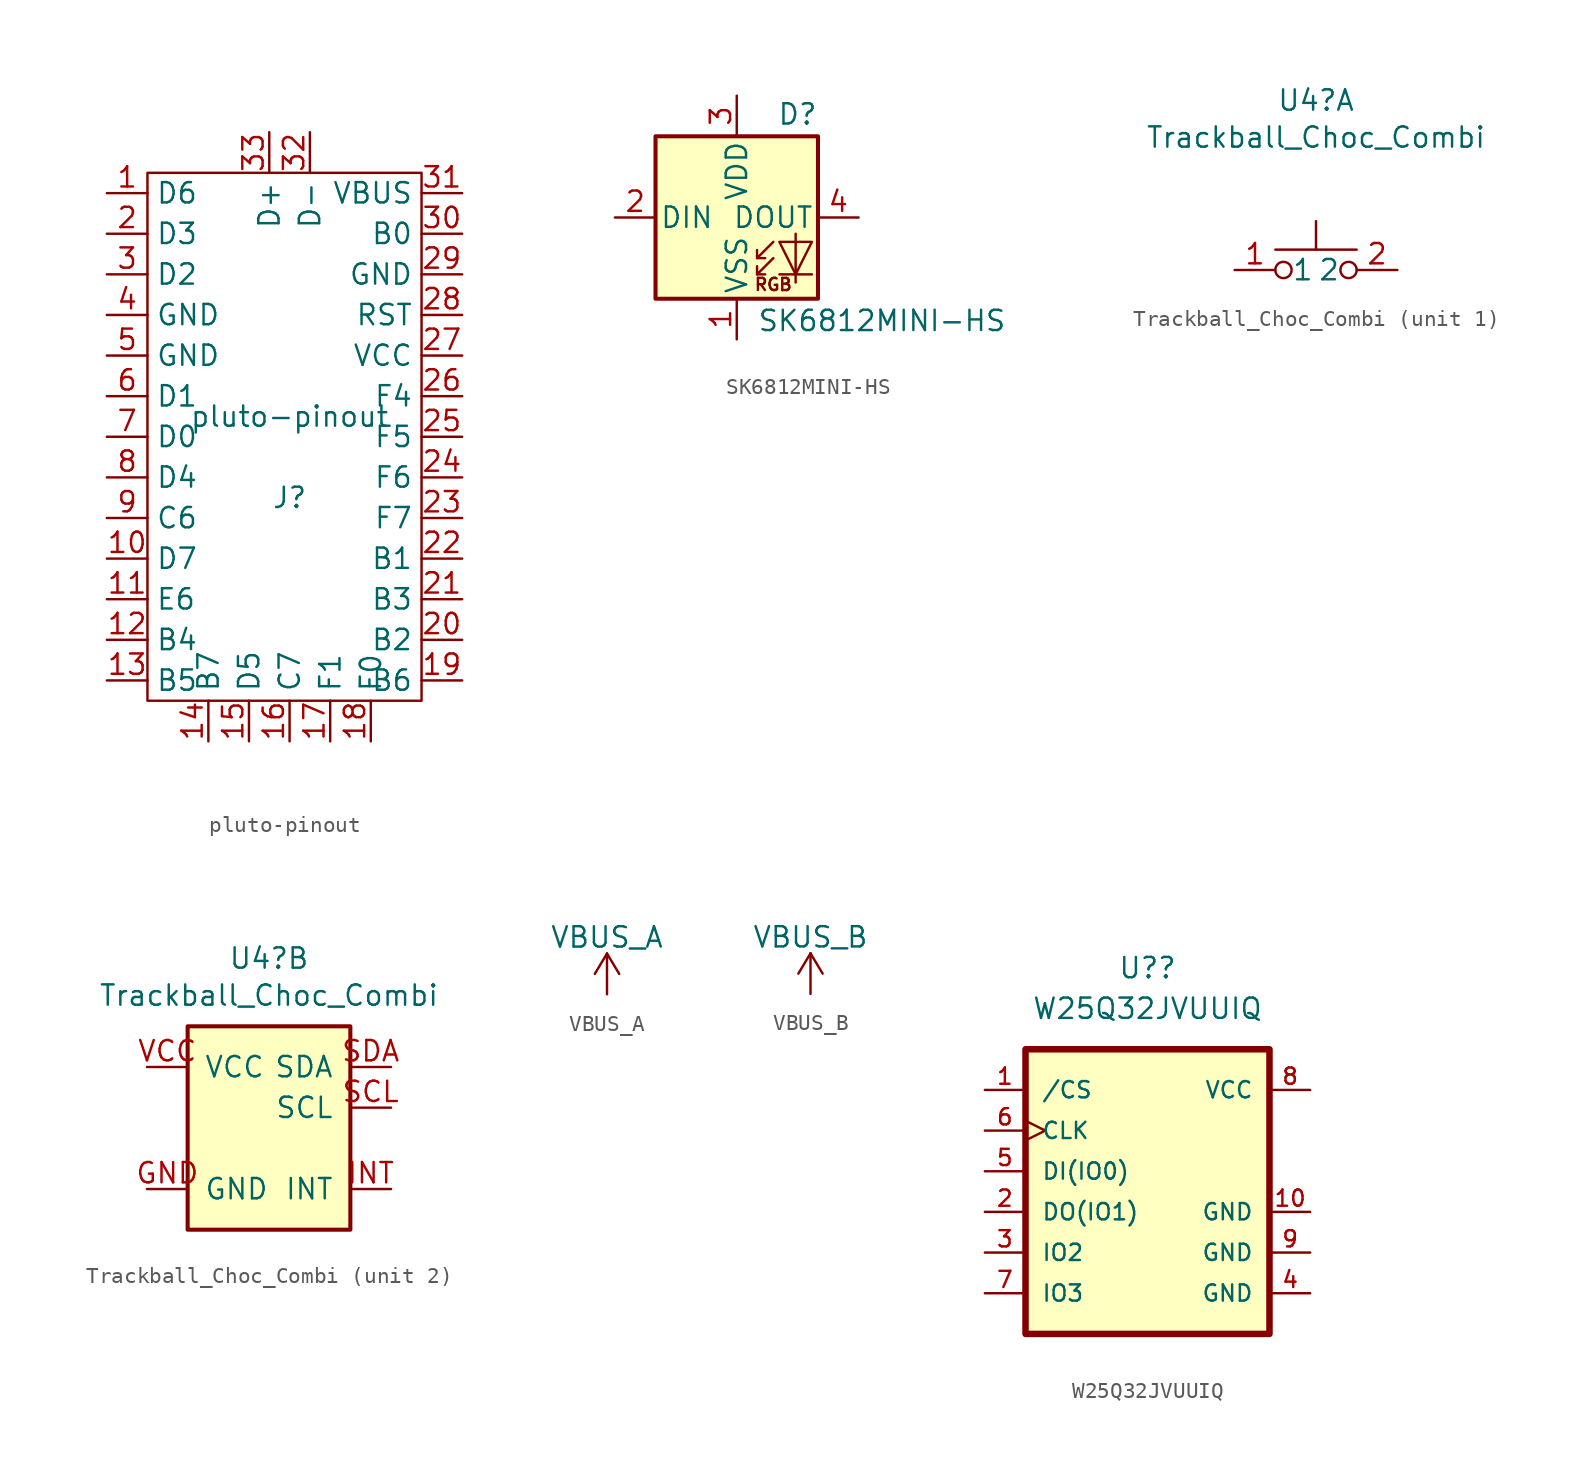
<source format=kicad_sym>
(kicad_symbol_lib
  (version 20211014)
  (generator kicad_symbol_editor)
  (symbol "pluto-pinout"
    (property "Reference" "J"
      (at 0 -5.08 0)
      (effects (font (size 1.27 1.27))))
    (property "Value" "pluto-pinout"
      (at 0 0 0)
      (effects (font (size 1.27 1.27))))
    (symbol "pluto-pinout_0_1"
      (rectangle (start -8.89 15.24) (end 8.255 -17.78) (stroke (width 0.152) (type default) (color 0 0 0 0)) (fill (type none))))
    (symbol "pluto-pinout_1_1"
      (pin bidirectional line (at -11.43 13.97 0) (length 2.54) (name "D6" (effects (font (size 1.27 1.27)))) (number "1" (effects (font (size 1.27 1.27)))))
      (pin bidirectional line (at -11.43 -8.89 0) (length 2.54) (name "D7" (effects (font (size 1.27 1.27)))) (number "10" (effects (font (size 1.27 1.27)))))
      (pin bidirectional line (at -11.43 -11.43 0) (length 2.54) (name "E6" (effects (font (size 1.27 1.27)))) (number "11" (effects (font (size 1.27 1.27)))))
      (pin bidirectional line (at -11.43 -13.97 0) (length 2.54) (name "B4" (effects (font (size 1.27 1.27)))) (number "12" (effects (font (size 1.27 1.27)))))
      (pin bidirectional line (at -11.43 -16.51 0) (length 2.54) (name "B5" (effects (font (size 1.27 1.27)))) (number "13" (effects (font (size 1.27 1.27)))))
      (pin bidirectional line (at -5.08 -20.32 90) (length 2.54) (name "B7" (effects (font (size 1.27 1.27)))) (number "14" (effects (font (size 1.27 1.27)))))
      (pin bidirectional line (at -2.54 -20.32 90) (length 2.54) (name "D5" (effects (font (size 1.27 1.27)))) (number "15" (effects (font (size 1.27 1.27)))))
      (pin bidirectional line (at 0 -20.32 90) (length 2.54) (name "C7" (effects (font (size 1.27 1.27)))) (number "16" (effects (font (size 1.27 1.27)))))
      (pin bidirectional line (at 2.54 -20.32 90) (length 2.54) (name "F1" (effects (font (size 1.27 1.27)))) (number "17" (effects (font (size 1.27 1.27)))))
      (pin bidirectional line (at 5.08 -20.32 90) (length 2.54) (name "F0" (effects (font (size 1.27 1.27)))) (number "18" (effects (font (size 1.27 1.27)))))
      (pin bidirectional line (at 10.795 -16.51 180) (length 2.54) (name "B6" (effects (font (size 1.27 1.27)))) (number "19" (effects (font (size 1.27 1.27)))))
      (pin bidirectional line (at -11.43 11.43 0) (length 2.54) (name "D3" (effects (font (size 1.27 1.27)))) (number "2" (effects (font (size 1.27 1.27)))))
      (pin bidirectional line (at 10.795 -13.97 180) (length 2.54) (name "B2" (effects (font (size 1.27 1.27)))) (number "20" (effects (font (size 1.27 1.27)))))
      (pin bidirectional line (at 10.795 -11.43 180) (length 2.54) (name "B3" (effects (font (size 1.27 1.27)))) (number "21" (effects (font (size 1.27 1.27)))))
      (pin bidirectional line (at 10.795 -8.89 180) (length 2.54) (name "B1" (effects (font (size 1.27 1.27)))) (number "22" (effects (font (size 1.27 1.27)))))
      (pin bidirectional line (at 10.795 -6.35 180) (length 2.54) (name "F7" (effects (font (size 1.27 1.27)))) (number "23" (effects (font (size 1.27 1.27)))))
      (pin bidirectional line (at 10.795 -3.81 180) (length 2.54) (name "F6" (effects (font (size 1.27 1.27)))) (number "24" (effects (font (size 1.27 1.27)))))
      (pin bidirectional line (at 10.795 -1.27 180) (length 2.54) (name "F5" (effects (font (size 1.27 1.27)))) (number "25" (effects (font (size 1.27 1.27)))))
      (pin bidirectional line (at 10.795 1.27 180) (length 2.54) (name "F4" (effects (font (size 1.27 1.27)))) (number "26" (effects (font (size 1.27 1.27)))))
      (pin power_in line (at 10.795 3.81 180) (length 2.54) (name "VCC" (effects (font (size 1.27 1.27)))) (number "27" (effects (font (size 1.27 1.27)))))
      (pin bidirectional line (at 10.795 6.35 180) (length 2.54) (name "RST" (effects (font (size 1.27 1.27)))) (number "28" (effects (font (size 1.27 1.27)))))
      (pin power_in line (at 10.795 8.89 180) (length 2.54) (name "GND" (effects (font (size 1.27 1.27)))) (number "29" (effects (font (size 1.27 1.27)))))
      (pin bidirectional line (at -11.43 8.89 0) (length 2.54) (name "D2" (effects (font (size 1.27 1.27)))) (number "3" (effects (font (size 1.27 1.27)))))
      (pin bidirectional line (at 10.795 11.43 180) (length 2.54) (name "B0" (effects (font (size 1.27 1.27)))) (number "30" (effects (font (size 1.27 1.27)))))
      (pin power_in line (at 10.795 13.97 180) (length 2.54) (name "VBUS" (effects (font (size 1.27 1.27)))) (number "31" (effects (font (size 1.27 1.27)))))
      (pin bidirectional line (at 1.27 17.78 270) (length 2.54) (name "D-" (effects (font (size 1.27 1.27)))) (number "32" (effects (font (size 1.27 1.27)))))
      (pin bidirectional line (at -1.27 17.78 270) (length 2.54) (name "D+" (effects (font (size 1.27 1.27)))) (number "33" (effects (font (size 1.27 1.27)))))
      (pin power_in line (at -11.43 6.35 0) (length 2.54) (name "GND" (effects (font (size 1.27 1.27)))) (number "4" (effects (font (size 1.27 1.27)))))
      (pin power_in line (at -11.43 3.81 0) (length 2.54) (name "GND" (effects (font (size 1.27 1.27)))) (number "5" (effects (font (size 1.27 1.27)))))
      (pin bidirectional line (at -11.43 1.27 0) (length 2.54) (name "D1" (effects (font (size 1.27 1.27)))) (number "6" (effects (font (size 1.27 1.27)))))
      (pin bidirectional line (at -11.43 -1.27 0) (length 2.54) (name "D0" (effects (font (size 1.27 1.27)))) (number "7" (effects (font (size 1.27 1.27)))))
      (pin bidirectional line (at -11.43 -3.81 0) (length 2.54) (name "D4" (effects (font (size 1.27 1.27)))) (number "8" (effects (font (size 1.27 1.27)))))
      (pin bidirectional line (at -11.43 -6.35 0) (length 2.54) (name "C6" (effects (font (size 1.27 1.27)))) (number "9" (effects (font (size 1.27 1.27)))))))
  (symbol "SK6812MINI-HS"
    (pin_names
      (offset 0.254))
    (property "Reference" "D"
      (at 5.08 5.715 0)
      (effects (font (size 1.27 1.27)) (justify right bottom)))
    (property "Value" "SK6812MINI-HS"
      (at 1.27 -5.715 0)
      (effects (font (size 1.27 1.27)) (justify left top)))
    (symbol "SK6812MINI-HS_0_0"
      (text "RGB" (at 2.286 -4.191 0) (effects (font (size 0.762 0.762)))))
    (symbol "SK6812MINI-HS_0_1"
      (polyline (pts (xy 1.27 -3.556) (xy 1.778 -3.556)) (stroke (width 0) (type default) (color 0 0 0 0)) (fill (type none)))
      (polyline (pts (xy 1.27 -2.54) (xy 1.778 -2.54)) (stroke (width 0) (type default) (color 0 0 0 0)) (fill (type none)))
      (polyline (pts (xy 4.699 -3.556) (xy 2.667 -3.556)) (stroke (width 0) (type default) (color 0 0 0 0)) (fill (type none)))
      (polyline (pts (xy 2.286 -2.54) (xy 1.27 -3.556) (xy 1.27 -3.048)) (stroke (width 0) (type default) (color 0 0 0 0)) (fill (type none)))
      (polyline (pts (xy 2.286 -1.524) (xy 1.27 -2.54) (xy 1.27 -2.032)) (stroke (width 0) (type default) (color 0 0 0 0)) (fill (type none)))
      (polyline (pts (xy 3.683 -1.016) (xy 3.683 -3.556) (xy 3.683 -4.064)) (stroke (width 0) (type default) (color 0 0 0 0)) (fill (type none)))
      (polyline (pts (xy 4.699 -1.524) (xy 2.667 -1.524) (xy 3.683 -3.556) (xy 4.699 -1.524)) (stroke (width 0) (type default) (color 0 0 0 0)) (fill (type none)))
      (rectangle (start 5.08 5.08) (end -5.08 -5.08) (stroke (width 0.254) (type default) (color 0 0 0 0)) (fill (type background))))
    (symbol "SK6812MINI-HS_1_1"
      (pin power_in line (at 0 -7.62 90) (length 2.54) (name "VSS" (effects (font (size 1.27 1.27)))) (number "1" (effects (font (size 1.27 1.27)))))
      (pin input line (at -7.62 0 0) (length 2.54) (name "DIN" (effects (font (size 1.27 1.27)))) (number "2" (effects (font (size 1.27 1.27)))))
      (pin power_in line (at 0 7.62 270) (length 2.54) (name "VDD" (effects (font (size 1.27 1.27)))) (number "3" (effects (font (size 1.27 1.27)))))
      (pin output line (at 7.62 0 180) (length 2.54) (name "DOUT" (effects (font (size 1.27 1.27)))) (number "4" (effects (font (size 1.27 1.27)))))))
  (symbol "Trackball_Choc_Combi"
    (pin_names
      (offset 1.016))
    (property "Reference" "U4"
      (at 0 10.592 0)
      (effects (font (size 1.27 1.27))))
    (property "Value" "Trackball_Choc_Combi"
      (at 0 8.28 0)
      (effects (font (size 1.27 1.27))))
    (property "ki_locked" ""
      (at 0 0 0)
      (effects (font (size 1.27 1.27))))
    (symbol "Trackball_Choc_Combi_1_1"
      (circle (center -2.032 0) (radius 0.508) (stroke (width 0) (type default) (color 0 0 0 0)) (fill (type none)))
      (polyline (pts (xy 0 1.27) (xy 0 3.048)) (stroke (width 0) (type default) (color 0 0 0 0)) (fill (type none)))
      (polyline (pts (xy 2.54 1.27) (xy -2.54 1.27)) (stroke (width 0) (type default) (color 0 0 0 0)) (fill (type none)))
      (circle (center 2.032 0) (radius 0.508) (stroke (width 0) (type default) (color 0 0 0 0)) (fill (type none)))
      (pin passive line (at -5.08 0 0) (length 2.54) (name "1" (effects (font (size 1.27 1.27)))) (number "1" (effects (font (size 1.27 1.27)))))
      (pin passive line (at 5.08 0 180) (length 2.54) (name "2" (effects (font (size 1.27 1.27)))) (number "2" (effects (font (size 1.27 1.27))))))
    (symbol "Trackball_Choc_Combi_2_1"
      (rectangle (start -5.08 6.35) (end 5.08 -6.35) (stroke (width 0.254) (type default) (color 0 0 0 0)) (fill (type background)))
      (pin power_in line (at -7.62 -3.81 0) (length 2.54) (name "GND" (effects (font (size 1.27 1.27)))) (number "GND" (effects (font (size 1.27 1.27)))))
      (pin output line (at 7.62 -3.81 180) (length 2.54) (name "INT" (effects (font (size 1.27 1.27)))) (number "INT" (effects (font (size 1.27 1.27)))))
      (pin bidirectional line (at 7.62 1.27 180) (length 2.54) (name "SCL" (effects (font (size 1.27 1.27)))) (number "SCL" (effects (font (size 1.27 1.27)))))
      (pin bidirectional line (at 7.62 3.81 180) (length 2.54) (name "SDA" (effects (font (size 1.27 1.27)))) (number "SDA" (effects (font (size 1.27 1.27)))))
      (pin power_in line (at -7.62 3.81 0) (length 2.54) (name "VCC" (effects (font (size 1.27 1.27)))) (number "VCC" (effects (font (size 1.27 1.27)))))))
  (symbol "VBUS_A"
    (power)
    (pin_names
      (offset 0))
    (property "Reference" "#PWR"
      (at 0 -3.81 0)
      (effects (font (size 1.27 1.27)) hide))
    (property "Value" "VBUS_A"
      (at 0 3.556 0)
      (effects (font (size 1.27 1.27))))
    (symbol "VBUS_A_0_1"
      (polyline (pts (xy -0.762 1.27) (xy 0 2.54)) (stroke (width 0) (type default) (color 0 0 0 0)) (fill (type none)))
      (polyline (pts (xy 0 0) (xy 0 2.54)) (stroke (width 0) (type default) (color 0 0 0 0)) (fill (type none)))
      (polyline (pts (xy 0 2.54) (xy 0.762 1.27)) (stroke (width 0) (type default) (color 0 0 0 0)) (fill (type none))))
    (symbol "VBUS_A_1_1"
      (pin power_in line (at 0 0 90) (length 0) hide (name "VBUS_A" (effects (font (size 1.27 1.27)))) (number "1" (effects (font (size 1.27 1.27)))))))
  (symbol "VBUS_B"
    (power)
    (pin_names
      (offset 0))
    (property "Reference" "#PWR"
      (at 0 -3.81 0)
      (effects (font (size 1.27 1.27)) hide))
    (property "Value" "VBUS_B"
      (at 0 3.556 0)
      (effects (font (size 1.27 1.27))))
    (symbol "VBUS_B_0_1"
      (polyline (pts (xy -0.762 1.27) (xy 0 2.54)) (stroke (width 0) (type default) (color 0 0 0 0)) (fill (type none)))
      (polyline (pts (xy 0 0) (xy 0 2.54)) (stroke (width 0) (type default) (color 0 0 0 0)) (fill (type none)))
      (polyline (pts (xy 0 2.54) (xy 0.762 1.27)) (stroke (width 0) (type default) (color 0 0 0 0)) (fill (type none))))
    (symbol "VBUS_B_1_1"
      (pin power_in line (at 0 0 90) (length 0) hide (name "VBUS_B" (effects (font (size 1.27 1.27)))) (number "1" (effects (font (size 1.27 1.27)))))))
  (symbol "W25Q32JVUUIQ"
    (pin_names
      (offset 1.016))
    (property "Reference" "U?"
      (at 0 13.97 0)
      (effects (font (size 1.27 1.27))))
    (property "Value" "W25Q32JVUUIQ"
      (at 0 11.43 0)
      (effects (font (size 1.27 1.27))))
    (symbol "W25Q32JVUUIQ_0_0"
      (rectangle (start -7.62 8.89) (end 7.62 -8.89) (stroke (width 0.406) (type default) (color 0 0 0 0)) (fill (type background)))
      (pin input line (at -10.16 6.35 0) (length 2.5) (name "/CS" (effects (font (size 1.016 1.016)))) (number "1" (effects (font (size 1.016 1.016)))))
      (pin power_in line (at 10.16 -1.27 180) (length 2.5) (name "GND" (effects (font (size 1.016 1.016)))) (number "10" (effects (font (size 1.016 1.016)))))
      (pin bidirectional line (at -10.16 -1.27 0) (length 2.5) (name "DO(IO1)" (effects (font (size 1.016 1.016)))) (number "2" (effects (font (size 1.016 1.016)))))
      (pin bidirectional line (at -10.16 -3.81 0) (length 2.5) (name "IO2" (effects (font (size 1.016 1.016)))) (number "3" (effects (font (size 1.016 1.016)))))
      (pin power_in line (at 10.16 -6.35 180) (length 2.5) (name "GND" (effects (font (size 1.016 1.016)))) (number "4" (effects (font (size 1.016 1.016)))))
      (pin bidirectional line (at -10.16 1.27 0) (length 2.5) (name "DI(IO0)" (effects (font (size 1.016 1.016)))) (number "5" (effects (font (size 1.016 1.016)))))
      (pin bidirectional clock (at -10.16 3.81 0) (length 2.5) (name "CLK" (effects (font (size 1.016 1.016)))) (number "6" (effects (font (size 1.016 1.016)))))
      (pin bidirectional line (at -10.16 -6.35 0) (length 2.5) (name "IO3" (effects (font (size 1.016 1.016)))) (number "7" (effects (font (size 1.016 1.016)))))
      (pin power_in line (at 10.16 6.35 180) (length 2.5) (name "VCC" (effects (font (size 1.016 1.016)))) (number "8" (effects (font (size 1.016 1.016)))))
      (pin power_in line (at 10.16 -3.81 180) (length 2.5) (name "GND" (effects (font (size 1.016 1.016)))) (number "9" (effects (font (size 1.016 1.016))))))))
</source>
